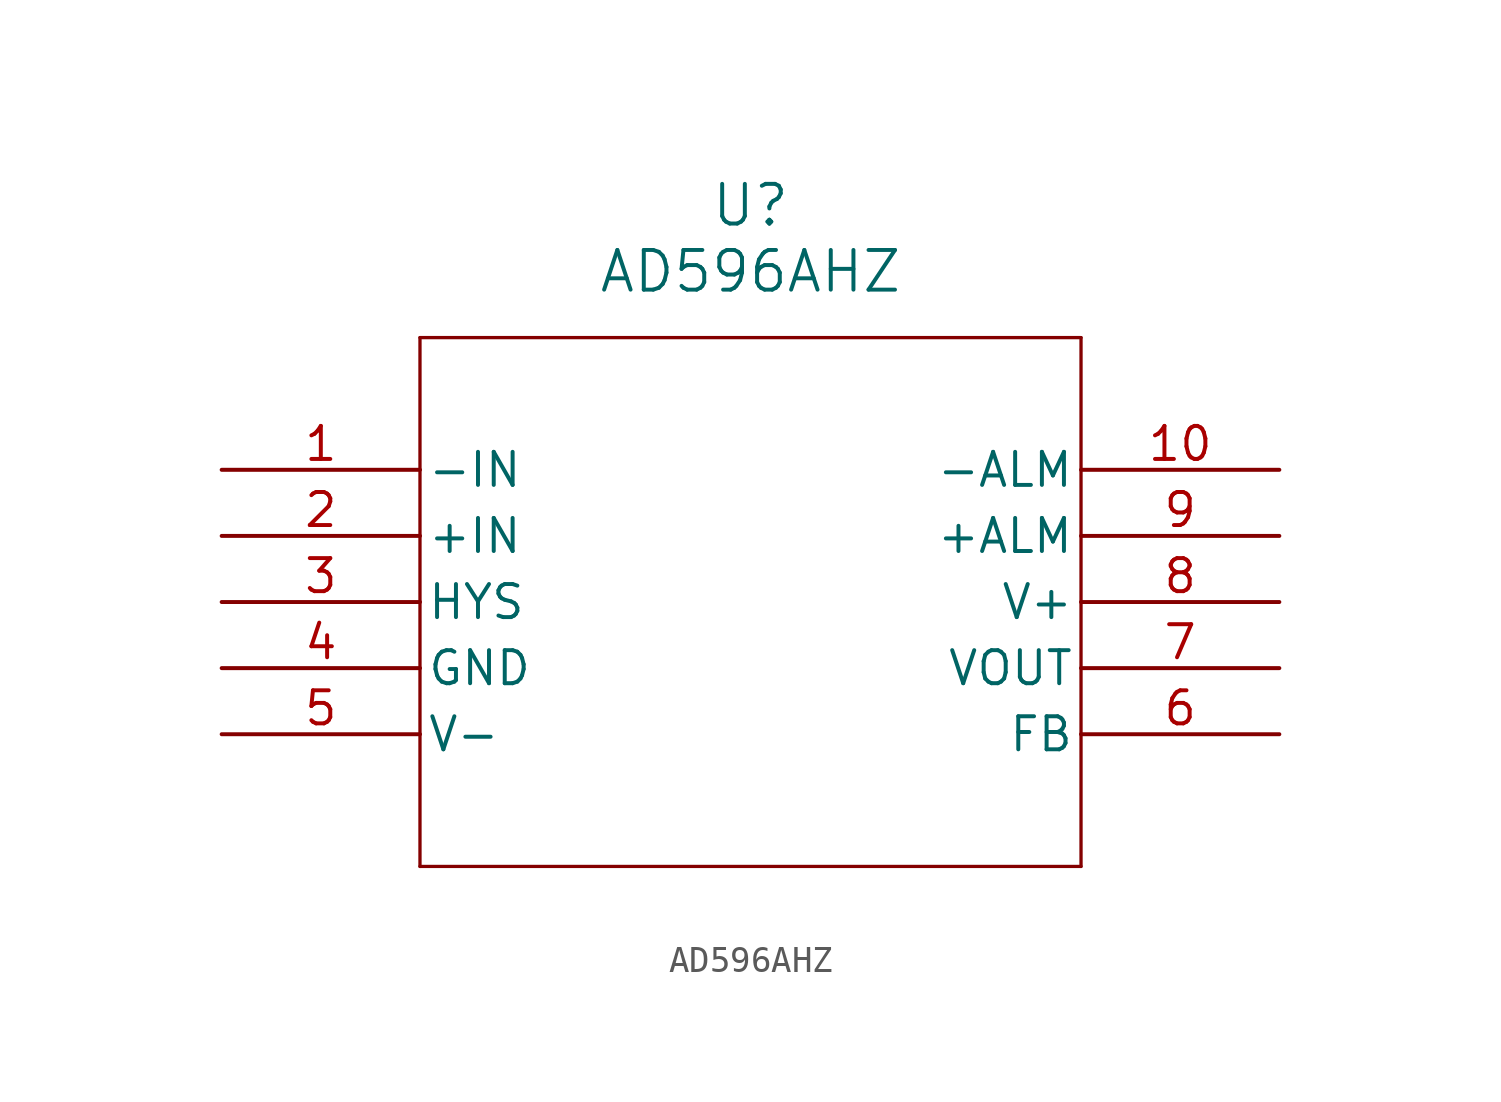
<source format=kicad_sym>
(kicad_symbol_lib
  (version 20220914)
  (generator kicad_symbol_editor)
  (symbol "AD596AHZ"
    (pin_names
      (offset 0.254))
    (property "Reference" "U"
      (at 20.32 10.16 0)
      (effects (font (size 1.524 1.524))))
    (property "Value" "AD596AHZ"
      (at 20.32 7.62 0)
      (effects (font (size 1.524 1.524))))
    (property "ki_locked" ""
      (at 0 0 0)
      (effects (font (size 1.27 1.27))))
    (symbol "AD596AHZ_0_1"
      (polyline (pts (xy 7.62 -15.24) (xy 33.02 -15.24)) (stroke (width 0.127) (type default)) (fill (type none)))
      (polyline (pts (xy 7.62 5.08) (xy 7.62 -15.24)) (stroke (width 0.127) (type default)) (fill (type none)))
      (polyline (pts (xy 33.02 -15.24) (xy 33.02 5.08)) (stroke (width 0.127) (type default)) (fill (type none)))
      (polyline (pts (xy 33.02 5.08) (xy 7.62 5.08)) (stroke (width 0.127) (type default)) (fill (type none)))
      (pin unspecified line (at 0 0 0) (length 7.62) (name "-IN" (effects (font (size 1.27 1.27)))) (number "1" (effects (font (size 1.27 1.27)))))
      (pin unspecified line (at 40.64 0 180) (length 7.62) (name "-ALM" (effects (font (size 1.27 1.27)))) (number "10" (effects (font (size 1.27 1.27)))))
      (pin unspecified line (at 0 -2.54 0) (length 7.62) (name "+IN" (effects (font (size 1.27 1.27)))) (number "2" (effects (font (size 1.27 1.27)))))
      (pin unspecified line (at 0 -5.08 0) (length 7.62) (name "HYS" (effects (font (size 1.27 1.27)))) (number "3" (effects (font (size 1.27 1.27)))))
      (pin unspecified line (at 0 -7.62 0) (length 7.62) (name "GND" (effects (font (size 1.27 1.27)))) (number "4" (effects (font (size 1.27 1.27)))))
      (pin power_in line (at 0 -10.16 0) (length 7.62) (name "V-" (effects (font (size 1.27 1.27)))) (number "5" (effects (font (size 1.27 1.27)))))
      (pin unspecified line (at 40.64 -10.16 180) (length 7.62) (name "FB" (effects (font (size 1.27 1.27)))) (number "6" (effects (font (size 1.27 1.27)))))
      (pin unspecified line (at 40.64 -7.62 180) (length 7.62) (name "VOUT" (effects (font (size 1.27 1.27)))) (number "7" (effects (font (size 1.27 1.27)))))
      (pin power_in line (at 40.64 -5.08 180) (length 7.62) (name "V+" (effects (font (size 1.27 1.27)))) (number "8" (effects (font (size 1.27 1.27)))))
      (pin unspecified line (at 40.64 -2.54 180) (length 7.62) (name "+ALM" (effects (font (size 1.27 1.27)))) (number "9" (effects (font (size 1.27 1.27))))))))
</source>
